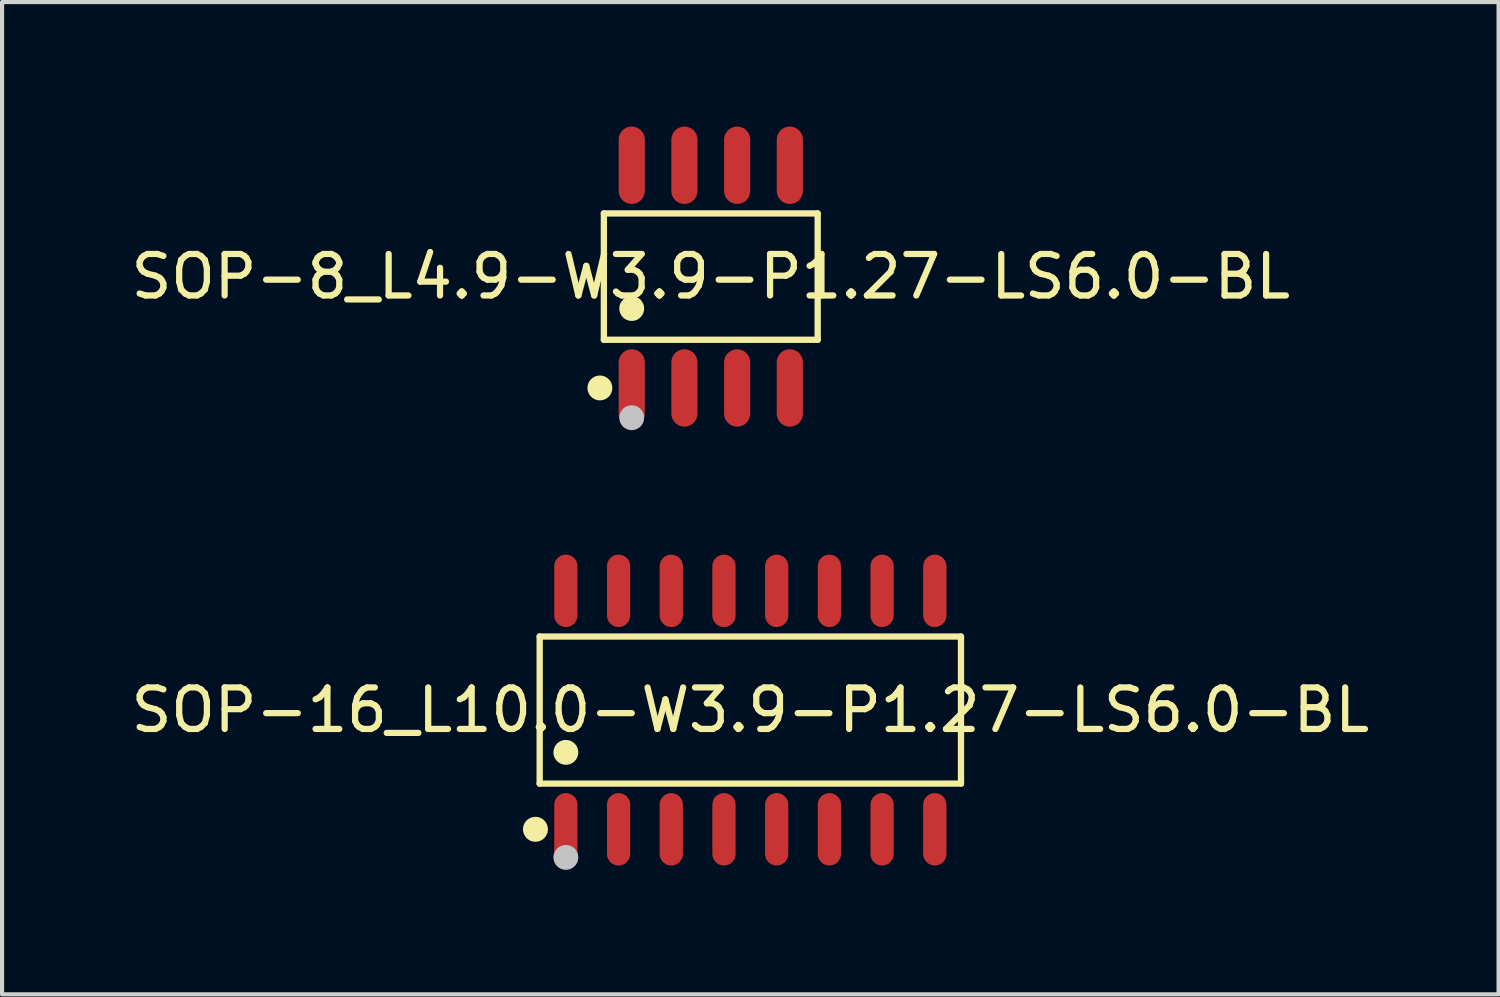
<source format=kicad_pcb>
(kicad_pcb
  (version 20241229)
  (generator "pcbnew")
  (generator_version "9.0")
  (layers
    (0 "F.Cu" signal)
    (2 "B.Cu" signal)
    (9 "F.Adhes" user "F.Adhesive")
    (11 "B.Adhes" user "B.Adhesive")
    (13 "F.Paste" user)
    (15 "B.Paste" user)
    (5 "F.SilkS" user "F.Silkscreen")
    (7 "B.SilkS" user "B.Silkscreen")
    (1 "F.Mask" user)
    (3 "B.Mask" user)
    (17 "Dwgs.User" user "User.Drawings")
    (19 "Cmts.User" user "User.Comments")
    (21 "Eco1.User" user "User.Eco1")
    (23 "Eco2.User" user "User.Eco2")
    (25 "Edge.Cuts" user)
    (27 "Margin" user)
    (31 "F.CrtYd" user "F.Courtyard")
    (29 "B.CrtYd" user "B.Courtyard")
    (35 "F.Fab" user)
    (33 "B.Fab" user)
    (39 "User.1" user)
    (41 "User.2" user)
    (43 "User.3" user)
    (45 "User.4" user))
  (footprint "SOP-8_L4.9-W3.9-P1.27-LS6.0-BL"
    (layer "F.Cu")
    (at 14.077 3.615)
    (property "Reference" "SOP-8_L4.9-W3.9-P1.27-LS6.0-BL" (at 0 0 0) (layer "F.SilkS") (effects (font (size 1 1) (thickness 0.15))))
    (fp_line (start -2.576 -1.522) (end 2.576 -1.522) (stroke (width 0.152) (type default)) (layer "F.SilkS"))
    (fp_line (start -2.576 1.522) (end -2.576 -1.522) (stroke (width 0.152) (type default)) (layer "F.SilkS"))
    (fp_line (start 2.576 -1.522) (end 2.576 1.522) (stroke (width 0.152) (type default)) (layer "F.SilkS"))
    (fp_line (start 2.576 1.522) (end -2.576 1.522) (stroke (width 0.152) (type default)) (layer "F.SilkS"))
    (fp_circle (center -2.672 2.683) (end -2.522 2.683) (stroke (width 0.3) (type default)) (fill no) (layer "F.SilkS"))
    (fp_circle (center -1.905 0.769) (end -1.755 0.769) (stroke (width 0.3) (type default)) (fill no) (layer "F.SilkS"))
    (fp_circle (center -1.905 3.4) (end -1.755 3.4) (stroke (width 0.3) (type default)) (fill no) (layer "Dwgs.User"))
    (fp_poly (pts (xy -2.115 -2.165) (xy -2.115 -3) (xy -1.695 -3) (xy -1.695 -2.165)) (stroke (width 0.1) (type default)) (fill no) (layer "User.1"))
    (fp_poly (pts (xy -2.115 -1.94) (xy -2.115 -2.175) (xy -1.695 -2.175) (xy -1.695 -1.94)) (stroke (width 0.1) (type default)) (fill no) (layer "User.1"))
    (fp_poly (pts (xy -2.115 2.175) (xy -2.115 1.94) (xy -1.695 1.94) (xy -1.695 2.175)) (stroke (width 0.1) (type default)) (fill no) (layer "User.1"))
    (fp_poly (pts (xy -2.115 3) (xy -2.115 2.165) (xy -1.695 2.165) (xy -1.695 3)) (stroke (width 0.1) (type default)) (fill no) (layer "User.1"))
    (fp_poly (pts (xy -0.845 -2.165) (xy -0.845 -3) (xy -0.425 -3) (xy -0.425 -2.165)) (stroke (width 0.1) (type default)) (fill no) (layer "User.1"))
    (fp_poly (pts (xy -0.845 -1.94) (xy -0.845 -2.175) (xy -0.425 -2.175) (xy -0.425 -1.94)) (stroke (width 0.1) (type default)) (fill no) (layer "User.1"))
    (fp_poly (pts (xy -0.845 2.175) (xy -0.845 1.94) (xy -0.425 1.94) (xy -0.425 2.175)) (stroke (width 0.1) (type default)) (fill no) (layer "User.1"))
    (fp_poly (pts (xy -0.845 3) (xy -0.845 2.165) (xy -0.425 2.165) (xy -0.425 3)) (stroke (width 0.1) (type default)) (fill no) (layer "User.1"))
    (fp_poly (pts (xy 0.425 -2.165) (xy 0.425 -3) (xy 0.845 -3) (xy 0.845 -2.165)) (stroke (width 0.1) (type default)) (fill no) (layer "User.1"))
    (fp_poly (pts (xy 0.425 -1.94) (xy 0.425 -2.175) (xy 0.845 -2.175) (xy 0.845 -1.94)) (stroke (width 0.1) (type default)) (fill no) (layer "User.1"))
    (fp_poly (pts (xy 0.425 2.175) (xy 0.425 1.94) (xy 0.845 1.94) (xy 0.845 2.175)) (stroke (width 0.1) (type default)) (fill no) (layer "User.1"))
    (fp_poly (pts (xy 0.425 3) (xy 0.425 2.165) (xy 0.845 2.165) (xy 0.845 3)) (stroke (width 0.1) (type default)) (fill no) (layer "User.1"))
    (fp_poly (pts (xy 1.695 -2.165) (xy 1.695 -3) (xy 2.115 -3) (xy 2.115 -2.165)) (stroke (width 0.1) (type default)) (fill no) (layer "User.1"))
    (fp_poly (pts (xy 1.695 -1.94) (xy 1.695 -2.175) (xy 2.115 -2.175) (xy 2.115 -1.94)) (stroke (width 0.1) (type default)) (fill no) (layer "User.1"))
    (fp_poly (pts (xy 1.695 2.175) (xy 1.695 1.94) (xy 2.115 1.94) (xy 2.115 2.175)) (stroke (width 0.1) (type default)) (fill no) (layer "User.1"))
    (fp_poly (pts (xy 1.695 3) (xy 1.695 2.165) (xy 2.115 2.165) (xy 2.115 3)) (stroke (width 0.1) (type default)) (fill no) (layer "User.1"))
    (fp_line (start -2.45 -1.95) (end 2.45 -1.95) (stroke (width 0.051) (type default)) (layer "User.2"))
    (fp_line (start -2.45 1.95) (end -2.45 -1.95) (stroke (width 0.051) (type default)) (layer "User.2"))
    (fp_line (start 2.45 -1.95) (end 2.45 1.95) (stroke (width 0.051) (type default)) (layer "User.2"))
    (fp_line (start 2.45 1.95) (end -2.45 1.95) (stroke (width 0.051) (type default)) (layer "User.2"))
    (fp_poly (pts (xy -2.395 2.977) (xy -2.427 2.945) (xy -2.473 2.945) (xy -2.505 2.977) (xy -2.505 3.023) (xy -2.473 3.055) (xy -2.427 3.055) (xy -2.395 3.023)) (stroke (width 0.1) (type default)) (fill no) (layer "User.3"))
    (pad "1" smd oval (at -1.905 2.683) (size 0.63 1.865) (layers "F.Cu" "F.Mask" "F.Paste"))
    (pad "2" smd oval (at -0.635 2.683) (size 0.63 1.865) (layers "F.Cu" "F.Mask" "F.Paste"))
    (pad "3" smd oval (at 0.635 2.683) (size 0.63 1.865) (layers "F.Cu" "F.Mask" "F.Paste"))
    (pad "4" smd oval (at 1.905 2.683) (size 0.63 1.865) (layers "F.Cu" "F.Mask" "F.Paste"))
    (pad "5" smd oval (at 1.905 -2.683) (size 0.63 1.865) (layers "F.Cu" "F.Mask" "F.Paste"))
    (pad "6" smd oval (at 0.635 -2.683) (size 0.63 1.865) (layers "F.Cu" "F.Mask" "F.Paste"))
    (pad "7" smd oval (at -0.635 -2.683) (size 0.63 1.865) (layers "F.Cu" "F.Mask" "F.Paste"))
    (pad "8" smd oval (at -1.905 -2.683) (size 0.63 1.865) (layers "F.Cu" "F.Mask" "F.Paste")))
  (footprint "SOP-16_L10.0-W3.9-P1.27-LS6.0-BL"
    (layer "F.Cu")
    (at 15.03 14.06)
    (property "Reference" "SOP-16_L10.0-W3.9-P1.27-LS6.0-BL" (at 0 0 0) (layer "F.SilkS") (effects (font (size 1 1) (thickness 0.15))))
    (fp_line (start -5.076 -1.772) (end 5.076 -1.772) (stroke (width 0.152) (type default)) (layer "F.SilkS"))
    (fp_line (start -5.076 1.772) (end -5.076 -1.772) (stroke (width 0.152) (type default)) (layer "F.SilkS"))
    (fp_line (start 5.076 -1.772) (end 5.076 1.772) (stroke (width 0.152) (type default)) (layer "F.SilkS"))
    (fp_line (start 5.076 1.772) (end -5.076 1.772) (stroke (width 0.152) (type default)) (layer "F.SilkS"))
    (fp_circle (center -5.178 2.873) (end -5.027 2.873) (stroke (width 0.3) (type default)) (fill no) (layer "F.SilkS"))
    (fp_circle (center -4.445 1.019) (end -4.295 1.019) (stroke (width 0.3) (type default)) (fill no) (layer "F.SilkS"))
    (fp_circle (center -4.445 3.55) (end -4.295 3.55) (stroke (width 0.3) (type default)) (fill no) (layer "Dwgs.User"))
    (fp_poly (pts (xy -4.65 -2.165) (xy -4.65 -3) (xy -4.24 -3) (xy -4.24 -2.165)) (stroke (width 0.1) (type default)) (fill no) (layer "User.1"))
    (fp_poly (pts (xy -4.65 -1.94) (xy -4.65 -2.175) (xy -4.24 -2.175) (xy -4.24 -1.94)) (stroke (width 0.1) (type default)) (fill no) (layer "User.1"))
    (fp_poly (pts (xy -4.65 2.175) (xy -4.65 1.94) (xy -4.24 1.94) (xy -4.24 2.175)) (stroke (width 0.1) (type default)) (fill no) (layer "User.1"))
    (fp_poly (pts (xy -4.65 3) (xy -4.65 2.165) (xy -4.24 2.165) (xy -4.24 3)) (stroke (width 0.1) (type default)) (fill no) (layer "User.1"))
    (fp_poly (pts (xy -3.38 -2.165) (xy -3.38 -3) (xy -2.97 -3) (xy -2.97 -2.165)) (stroke (width 0.1) (type default)) (fill no) (layer "User.1"))
    (fp_poly (pts (xy -3.38 -1.94) (xy -3.38 -2.175) (xy -2.97 -2.175) (xy -2.97 -1.94)) (stroke (width 0.1) (type default)) (fill no) (layer "User.1"))
    (fp_poly (pts (xy -3.38 2.175) (xy -3.38 1.94) (xy -2.97 1.94) (xy -2.97 2.175)) (stroke (width 0.1) (type default)) (fill no) (layer "User.1"))
    (fp_poly (pts (xy -3.38 3) (xy -3.38 2.165) (xy -2.97 2.165) (xy -2.97 3)) (stroke (width 0.1) (type default)) (fill no) (layer "User.1"))
    (fp_poly (pts (xy -2.11 -2.165) (xy -2.11 -3) (xy -1.7 -3) (xy -1.7 -2.165)) (stroke (width 0.1) (type default)) (fill no) (layer "User.1"))
    (fp_poly (pts (xy -2.11 -1.94) (xy -2.11 -2.175) (xy -1.7 -2.175) (xy -1.7 -1.94)) (stroke (width 0.1) (type default)) (fill no) (layer "User.1"))
    (fp_poly (pts (xy -2.11 2.175) (xy -2.11 1.94) (xy -1.7 1.94) (xy -1.7 2.175)) (stroke (width 0.1) (type default)) (fill no) (layer "User.1"))
    (fp_poly (pts (xy -2.11 3) (xy -2.11 2.165) (xy -1.7 2.165) (xy -1.7 3)) (stroke (width 0.1) (type default)) (fill no) (layer "User.1"))
    (fp_poly (pts (xy -0.84 -2.165) (xy -0.84 -3) (xy -0.43 -3) (xy -0.43 -2.165)) (stroke (width 0.1) (type default)) (fill no) (layer "User.1"))
    (fp_poly (pts (xy -0.84 -1.94) (xy -0.84 -2.175) (xy -0.43 -2.175) (xy -0.43 -1.94)) (stroke (width 0.1) (type default)) (fill no) (layer "User.1"))
    (fp_poly (pts (xy -0.84 2.175) (xy -0.84 1.94) (xy -0.43 1.94) (xy -0.43 2.175)) (stroke (width 0.1) (type default)) (fill no) (layer "User.1"))
    (fp_poly (pts (xy -0.84 3) (xy -0.84 2.165) (xy -0.43 2.165) (xy -0.43 3)) (stroke (width 0.1) (type default)) (fill no) (layer "User.1"))
    (fp_poly (pts (xy 0.43 -2.165) (xy 0.43 -3) (xy 0.84 -3) (xy 0.84 -2.165)) (stroke (width 0.1) (type default)) (fill no) (layer "User.1"))
    (fp_poly (pts (xy 0.43 -1.94) (xy 0.43 -2.175) (xy 0.84 -2.175) (xy 0.84 -1.94)) (stroke (width 0.1) (type default)) (fill no) (layer "User.1"))
    (fp_poly (pts (xy 0.43 2.175) (xy 0.43 1.94) (xy 0.84 1.94) (xy 0.84 2.175)) (stroke (width 0.1) (type default)) (fill no) (layer "User.1"))
    (fp_poly (pts (xy 0.43 3) (xy 0.43 2.165) (xy 0.84 2.165) (xy 0.84 3)) (stroke (width 0.1) (type default)) (fill no) (layer "User.1"))
    (fp_poly (pts (xy 1.7 -2.165) (xy 1.7 -3) (xy 2.11 -3) (xy 2.11 -2.165)) (stroke (width 0.1) (type default)) (fill no) (layer "User.1"))
    (fp_poly (pts (xy 1.7 -1.94) (xy 1.7 -2.175) (xy 2.11 -2.175) (xy 2.11 -1.94)) (stroke (width 0.1) (type default)) (fill no) (layer "User.1"))
    (fp_poly (pts (xy 1.7 2.175) (xy 1.7 1.94) (xy 2.11 1.94) (xy 2.11 2.175)) (stroke (width 0.1) (type default)) (fill no) (layer "User.1"))
    (fp_poly (pts (xy 1.7 3) (xy 1.7 2.165) (xy 2.11 2.165) (xy 2.11 3)) (stroke (width 0.1) (type default)) (fill no) (layer "User.1"))
    (fp_poly (pts (xy 2.97 -2.165) (xy 2.97 -3) (xy 3.38 -3) (xy 3.38 -2.165)) (stroke (width 0.1) (type default)) (fill no) (layer "User.1"))
    (fp_poly (pts (xy 2.97 -1.94) (xy 2.97 -2.175) (xy 3.38 -2.175) (xy 3.38 -1.94)) (stroke (width 0.1) (type default)) (fill no) (layer "User.1"))
    (fp_poly (pts (xy 2.97 2.175) (xy 2.97 1.94) (xy 3.38 1.94) (xy 3.38 2.175)) (stroke (width 0.1) (type default)) (fill no) (layer "User.1"))
    (fp_poly (pts (xy 2.97 3) (xy 2.97 2.165) (xy 3.38 2.165) (xy 3.38 3)) (stroke (width 0.1) (type default)) (fill no) (layer "User.1"))
    (fp_poly (pts (xy 4.24 -2.165) (xy 4.24 -3) (xy 4.65 -3) (xy 4.65 -2.165)) (stroke (width 0.1) (type default)) (fill no) (layer "User.1"))
    (fp_poly (pts (xy 4.24 -1.94) (xy 4.24 -2.175) (xy 4.65 -2.175) (xy 4.65 -1.94)) (stroke (width 0.1) (type default)) (fill no) (layer "User.1"))
    (fp_poly (pts (xy 4.24 2.175) (xy 4.24 1.94) (xy 4.65 1.94) (xy 4.65 2.175)) (stroke (width 0.1) (type default)) (fill no) (layer "User.1"))
    (fp_poly (pts (xy 4.24 3) (xy 4.24 2.165) (xy 4.65 2.165) (xy 4.65 3)) (stroke (width 0.1) (type default)) (fill no) (layer "User.1"))
    (fp_line (start -4.95 -1.95) (end 4.95 -1.95) (stroke (width 0.051) (type default)) (layer "User.2"))
    (fp_line (start -4.95 1.95) (end -4.95 -1.95) (stroke (width 0.051) (type default)) (layer "User.2"))
    (fp_line (start 4.95 -1.95) (end 4.95 1.95) (stroke (width 0.051) (type default)) (layer "User.2"))
    (fp_line (start 4.95 1.95) (end -4.95 1.95) (stroke (width 0.051) (type default)) (layer "User.2"))
    (fp_poly (pts (xy -4.945 3.127) (xy -4.977 3.095) (xy -5.023 3.095) (xy -5.055 3.127) (xy -5.055 3.173) (xy -5.023 3.205) (xy -4.977 3.205) (xy -4.945 3.173)) (stroke (width 0.1) (type default)) (fill no) (layer "User.3"))
    (pad "1" smd oval (at -4.445 2.873) (size 0.56 1.745) (layers "F.Cu" "F.Mask" "F.Paste"))
    (pad "2" smd oval (at -3.175 2.873) (size 0.56 1.745) (layers "F.Cu" "F.Mask" "F.Paste"))
    (pad "3" smd oval (at -1.905 2.873) (size 0.56 1.745) (layers "F.Cu" "F.Mask" "F.Paste"))
    (pad "4" smd oval (at -0.635 2.873) (size 0.56 1.745) (layers "F.Cu" "F.Mask" "F.Paste"))
    (pad "5" smd oval (at 0.635 2.873) (size 0.56 1.745) (layers "F.Cu" "F.Mask" "F.Paste"))
    (pad "6" smd oval (at 1.905 2.873) (size 0.56 1.745) (layers "F.Cu" "F.Mask" "F.Paste"))
    (pad "7" smd oval (at 3.175 2.873) (size 0.56 1.745) (layers "F.Cu" "F.Mask" "F.Paste"))
    (pad "8" smd oval (at 4.445 2.873) (size 0.56 1.745) (layers "F.Cu" "F.Mask" "F.Paste"))
    (pad "9" smd oval (at 4.445 -2.873) (size 0.56 1.745) (layers "F.Cu" "F.Mask" "F.Paste"))
    (pad "10" smd oval (at 3.175 -2.873) (size 0.56 1.745) (layers "F.Cu" "F.Mask" "F.Paste"))
    (pad "11" smd oval (at 1.905 -2.873) (size 0.56 1.745) (layers "F.Cu" "F.Mask" "F.Paste"))
    (pad "12" smd oval (at 0.635 -2.873) (size 0.56 1.745) (layers "F.Cu" "F.Mask" "F.Paste"))
    (pad "13" smd oval (at -0.635 -2.873) (size 0.56 1.745) (layers "F.Cu" "F.Mask" "F.Paste"))
    (pad "14" smd oval (at -1.905 -2.873) (size 0.56 1.745) (layers "F.Cu" "F.Mask" "F.Paste"))
    (pad "15" smd oval (at -3.175 -2.873) (size 0.56 1.745) (layers "F.Cu" "F.Mask" "F.Paste"))
    (pad "16" smd oval (at -4.445 -2.873) (size 0.56 1.745) (layers "F.Cu" "F.Mask" "F.Paste")))
  (gr_rect
    (start -3 -3)
    (end 33.06 20.91)
    (stroke (width 0.1) (type default))
    (fill no)
    (layer "Edge.Cuts")))
</source>
